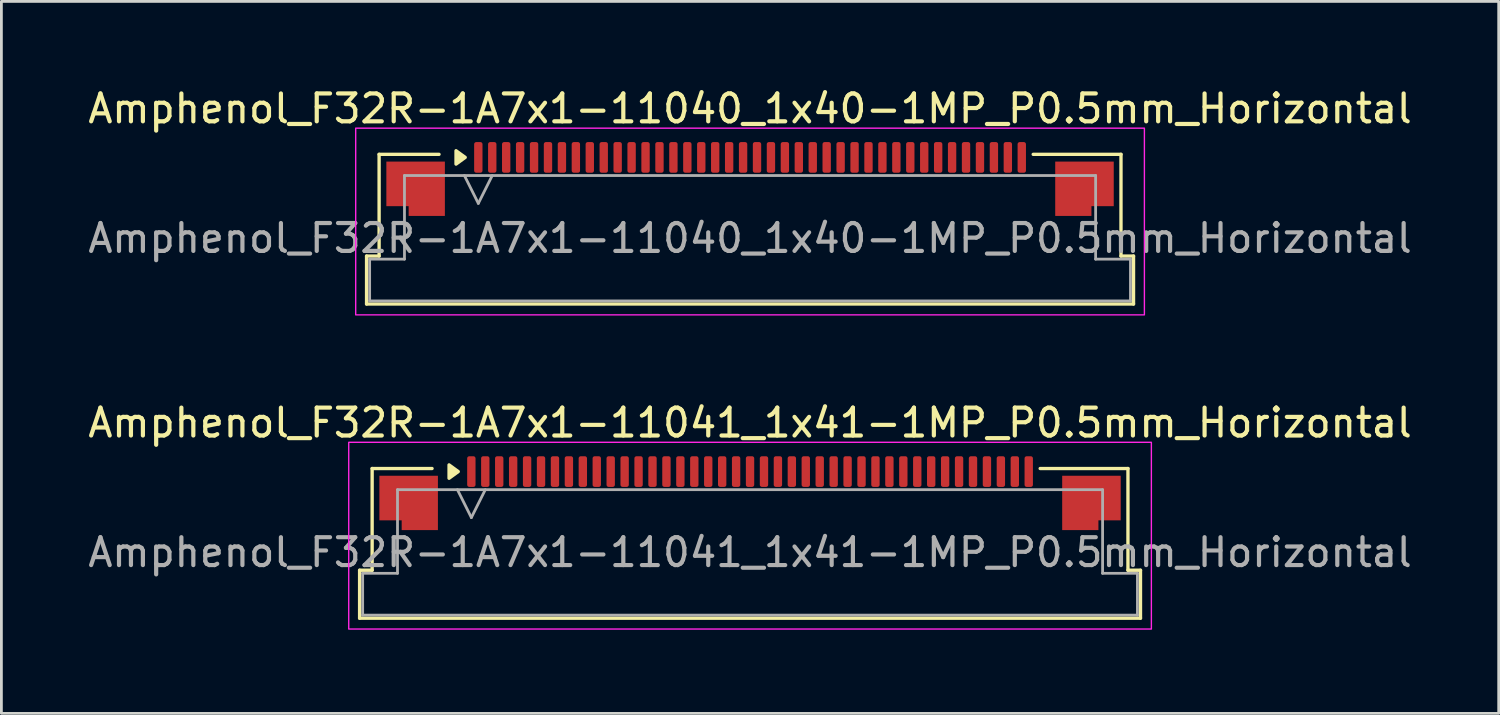
<source format=kicad_pcb>
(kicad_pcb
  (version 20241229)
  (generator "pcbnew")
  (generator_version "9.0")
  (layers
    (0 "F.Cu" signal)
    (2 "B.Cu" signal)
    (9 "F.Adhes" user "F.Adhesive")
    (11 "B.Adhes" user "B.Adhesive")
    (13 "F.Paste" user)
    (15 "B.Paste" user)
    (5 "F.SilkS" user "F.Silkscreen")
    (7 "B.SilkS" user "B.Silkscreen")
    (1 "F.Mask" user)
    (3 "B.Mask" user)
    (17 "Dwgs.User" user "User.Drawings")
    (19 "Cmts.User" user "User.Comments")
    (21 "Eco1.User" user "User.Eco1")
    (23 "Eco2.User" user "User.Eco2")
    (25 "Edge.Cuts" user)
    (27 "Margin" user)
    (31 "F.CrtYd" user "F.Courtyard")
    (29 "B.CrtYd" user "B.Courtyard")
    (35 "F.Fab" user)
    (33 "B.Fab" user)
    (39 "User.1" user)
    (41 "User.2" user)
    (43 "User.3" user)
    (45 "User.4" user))
  (footprint "Amphenol_F32R-1A7x1-11041_1x41-1MP_P0.5mm_Horizontal"
    (layer "F.Cu")
    (at 23.863 16.771)
    (property "Reference" "Amphenol_F32R-1A7x1-11041_1x41-1MP_P0.5mm_Horizontal" (at 0 -4.65 0) (layer "F.SilkS") (effects (font (size 1 1) (thickness 0.15))))
    (attr smd)
    (fp_line (start -14.01 0.64) (end -13.56 0.64) (stroke (width 0.12) (type solid)) (layer "F.SilkS"))
    (fp_line (start -14.01 2.36) (end -14.01 0.64) (stroke (width 0.12) (type solid)) (layer "F.SilkS"))
    (fp_line (start -13.56 -3.01) (end -11.41 -3.01) (stroke (width 0.12) (type solid)) (layer "F.SilkS"))
    (fp_line (start -13.56 0.64) (end -13.56 -3.01) (stroke (width 0.12) (type solid)) (layer "F.SilkS"))
    (fp_line (start 10.41 -3.01) (end 13.56 -3.01) (stroke (width 0.12) (type solid)) (layer "F.SilkS"))
    (fp_line (start 13.56 -3.01) (end 13.56 0.64) (stroke (width 0.12) (type solid)) (layer "F.SilkS"))
    (fp_line (start 13.56 0.64) (end 14.01 0.64) (stroke (width 0.12) (type solid)) (layer "F.SilkS"))
    (fp_line (start 14.01 0.64) (end 14.01 2.36) (stroke (width 0.12) (type solid)) (layer "F.SilkS"))
    (fp_line (start 14.01 2.36) (end -14.01 2.36) (stroke (width 0.12) (type solid)) (layer "F.SilkS"))
    (fp_poly (pts (xy -10.47 -2.9) (xy -10.8 -2.66) (xy -10.8 -3.14)) (stroke (width 0.12) (type solid)) (fill yes) (layer "F.SilkS"))
    (fp_rect (start -14.4 -3.95) (end 14.4 2.75) (stroke (width 0.05) (type solid)) (fill no) (layer "F.CrtYd"))
    (fp_line (start -13.9 0.75) (end -12.65 0.75) (stroke (width 0.1) (type solid)) (layer "F.Fab"))
    (fp_line (start -13.9 2.25) (end -13.9 0.75) (stroke (width 0.1) (type solid)) (layer "F.Fab"))
    (fp_line (start -12.65 -2.25) (end 12.65 -2.25) (stroke (width 0.1) (type solid)) (layer "F.Fab"))
    (fp_line (start -12.65 0.75) (end -12.65 -2.25) (stroke (width 0.1) (type solid)) (layer "F.Fab"))
    (fp_line (start -10.5 -2.25) (end -10 -1.25) (stroke (width 0.1) (type solid)) (layer "F.Fab"))
    (fp_line (start -10 -1.25) (end -9.5 -2.25) (stroke (width 0.1) (type solid)) (layer "F.Fab"))
    (fp_line (start 12.65 -2.25) (end 12.65 0.75) (stroke (width 0.1) (type solid)) (layer "F.Fab"))
    (fp_line (start 12.65 0.75) (end 13.9 0.75) (stroke (width 0.1) (type solid)) (layer "F.Fab"))
    (fp_line (start 13.9 0.75) (end 13.9 2.25) (stroke (width 0.1) (type solid)) (layer "F.Fab"))
    (fp_line (start 13.9 2.25) (end -13.9 2.25) (stroke (width 0.1) (type solid)) (layer "F.Fab"))
    (fp_text user "${REFERENCE}" (at 0 0 0) (layer "F.Fab") (effects (font (size 1 1) (thickness 0.15))))
    (pad "1" smd roundrect (at -10 -2.9) (size 0.3 1.1) (layers "F.Cu" "F.Mask" "F.Paste") (roundrect_rratio 0.25))
    (pad "2" smd roundrect (at -9.5 -2.9) (size 0.3 1.1) (layers "F.Cu" "F.Mask" "F.Paste") (roundrect_rratio 0.25))
    (pad "3" smd roundrect (at -9 -2.9) (size 0.3 1.1) (layers "F.Cu" "F.Mask" "F.Paste") (roundrect_rratio 0.25))
    (pad "4" smd roundrect (at -8.5 -2.9) (size 0.3 1.1) (layers "F.Cu" "F.Mask" "F.Paste") (roundrect_rratio 0.25))
    (pad "5" smd roundrect (at -8 -2.9) (size 0.3 1.1) (layers "F.Cu" "F.Mask" "F.Paste") (roundrect_rratio 0.25))
    (pad "6" smd roundrect (at -7.5 -2.9) (size 0.3 1.1) (layers "F.Cu" "F.Mask" "F.Paste") (roundrect_rratio 0.25))
    (pad "7" smd roundrect (at -7 -2.9) (size 0.3 1.1) (layers "F.Cu" "F.Mask" "F.Paste") (roundrect_rratio 0.25))
    (pad "8" smd roundrect (at -6.5 -2.9) (size 0.3 1.1) (layers "F.Cu" "F.Mask" "F.Paste") (roundrect_rratio 0.25))
    (pad "9" smd roundrect (at -6 -2.9) (size 0.3 1.1) (layers "F.Cu" "F.Mask" "F.Paste") (roundrect_rratio 0.25))
    (pad "10" smd roundrect (at -5.5 -2.9) (size 0.3 1.1) (layers "F.Cu" "F.Mask" "F.Paste") (roundrect_rratio 0.25))
    (pad "11" smd roundrect (at -5 -2.9) (size 0.3 1.1) (layers "F.Cu" "F.Mask" "F.Paste") (roundrect_rratio 0.25))
    (pad "12" smd roundrect (at -4.5 -2.9) (size 0.3 1.1) (layers "F.Cu" "F.Mask" "F.Paste") (roundrect_rratio 0.25))
    (pad "13" smd roundrect (at -4 -2.9) (size 0.3 1.1) (layers "F.Cu" "F.Mask" "F.Paste") (roundrect_rratio 0.25))
    (pad "14" smd roundrect (at -3.5 -2.9) (size 0.3 1.1) (layers "F.Cu" "F.Mask" "F.Paste") (roundrect_rratio 0.25))
    (pad "15" smd roundrect (at -3 -2.9) (size 0.3 1.1) (layers "F.Cu" "F.Mask" "F.Paste") (roundrect_rratio 0.25))
    (pad "16" smd roundrect (at -2.5 -2.9) (size 0.3 1.1) (layers "F.Cu" "F.Mask" "F.Paste") (roundrect_rratio 0.25))
    (pad "17" smd roundrect (at -2 -2.9) (size 0.3 1.1) (layers "F.Cu" "F.Mask" "F.Paste") (roundrect_rratio 0.25))
    (pad "18" smd roundrect (at -1.5 -2.9) (size 0.3 1.1) (layers "F.Cu" "F.Mask" "F.Paste") (roundrect_rratio 0.25))
    (pad "19" smd roundrect (at -1 -2.9) (size 0.3 1.1) (layers "F.Cu" "F.Mask" "F.Paste") (roundrect_rratio 0.25))
    (pad "20" smd roundrect (at -0.5 -2.9) (size 0.3 1.1) (layers "F.Cu" "F.Mask" "F.Paste") (roundrect_rratio 0.25))
    (pad "21" smd roundrect (at 0 -2.9) (size 0.3 1.1) (layers "F.Cu" "F.Mask" "F.Paste") (roundrect_rratio 0.25))
    (pad "22" smd roundrect (at 0.5 -2.9) (size 0.3 1.1) (layers "F.Cu" "F.Mask" "F.Paste") (roundrect_rratio 0.25))
    (pad "23" smd roundrect (at 1 -2.9) (size 0.3 1.1) (layers "F.Cu" "F.Mask" "F.Paste") (roundrect_rratio 0.25))
    (pad "24" smd roundrect (at 1.5 -2.9) (size 0.3 1.1) (layers "F.Cu" "F.Mask" "F.Paste") (roundrect_rratio 0.25))
    (pad "25" smd roundrect (at 2 -2.9) (size 0.3 1.1) (layers "F.Cu" "F.Mask" "F.Paste") (roundrect_rratio 0.25))
    (pad "26" smd roundrect (at 2.5 -2.9) (size 0.3 1.1) (layers "F.Cu" "F.Mask" "F.Paste") (roundrect_rratio 0.25))
    (pad "27" smd roundrect (at 3 -2.9) (size 0.3 1.1) (layers "F.Cu" "F.Mask" "F.Paste") (roundrect_rratio 0.25))
    (pad "28" smd roundrect (at 3.5 -2.9) (size 0.3 1.1) (layers "F.Cu" "F.Mask" "F.Paste") (roundrect_rratio 0.25))
    (pad "29" smd roundrect (at 4 -2.9) (size 0.3 1.1) (layers "F.Cu" "F.Mask" "F.Paste") (roundrect_rratio 0.25))
    (pad "30" smd roundrect (at 4.5 -2.9) (size 0.3 1.1) (layers "F.Cu" "F.Mask" "F.Paste") (roundrect_rratio 0.25))
    (pad "31" smd roundrect (at 5 -2.9) (size 0.3 1.1) (layers "F.Cu" "F.Mask" "F.Paste") (roundrect_rratio 0.25))
    (pad "32" smd roundrect (at 5.5 -2.9) (size 0.3 1.1) (layers "F.Cu" "F.Mask" "F.Paste") (roundrect_rratio 0.25))
    (pad "33" smd roundrect (at 6 -2.9) (size 0.3 1.1) (layers "F.Cu" "F.Mask" "F.Paste") (roundrect_rratio 0.25))
    (pad "34" smd roundrect (at 6.5 -2.9) (size 0.3 1.1) (layers "F.Cu" "F.Mask" "F.Paste") (roundrect_rratio 0.25))
    (pad "35" smd roundrect (at 7 -2.9) (size 0.3 1.1) (layers "F.Cu" "F.Mask" "F.Paste") (roundrect_rratio 0.25))
    (pad "36" smd roundrect (at 7.5 -2.9) (size 0.3 1.1) (layers "F.Cu" "F.Mask" "F.Paste") (roundrect_rratio 0.25))
    (pad "37" smd roundrect (at 8 -2.9) (size 0.3 1.1) (layers "F.Cu" "F.Mask" "F.Paste") (roundrect_rratio 0.25))
    (pad "38" smd roundrect (at 8.5 -2.9) (size 0.3 1.1) (layers "F.Cu" "F.Mask" "F.Paste") (roundrect_rratio 0.25))
    (pad "39" smd roundrect (at 9 -2.9) (size 0.3 1.1) (layers "F.Cu" "F.Mask" "F.Paste") (roundrect_rratio 0.25))
    (pad "40" smd roundrect (at 9.5 -2.9) (size 0.3 1.1) (layers "F.Cu" "F.Mask" "F.Paste") (roundrect_rratio 0.25))
    (pad "41" smd roundrect (at 10 -2.9) (size 0.3 1.1) (layers "F.Cu" "F.Mask" "F.Paste") (roundrect_rratio 0.25))
    (pad "MP" smd custom (at -12.25 -1.775) (size 1 1) (layers "F.Cu" "F.Mask" "F.Paste") (options (anchor circle)) (primitives (gr_poly (pts (xy 1.05 -0.975) (xy 1.05 0.975) (xy -0.25 0.975) (xy -0.25 0.625) (xy -1.05 0.625) (xy -1.05 -0.975)) (width 0) (fill yes))))
    (pad "MP" smd custom (at 12.25 -1.775) (size 1 1) (layers "F.Cu" "F.Mask" "F.Paste") (options (anchor circle)) (primitives (gr_poly (pts (xy -1.05 -0.975) (xy -1.05 0.975) (xy 0.25 0.975) (xy 0.25 0.625) (xy 1.05 0.625) (xy 1.05 -0.975)) (width 0) (fill yes)))))
  (footprint "Amphenol_F32R-1A7x1-11040_1x40-1MP_P0.5mm_Horizontal"
    (layer "F.Cu")
    (at 23.863 5.498)
    (property "Reference" "Amphenol_F32R-1A7x1-11040_1x40-1MP_P0.5mm_Horizontal" (at 0 -4.65 0) (layer "F.SilkS") (effects (font (size 1 1) (thickness 0.15))))
    (attr smd)
    (fp_line (start -13.76 0.64) (end -13.31 0.64) (stroke (width 0.12) (type solid)) (layer "F.SilkS"))
    (fp_line (start -13.76 2.36) (end -13.76 0.64) (stroke (width 0.12) (type solid)) (layer "F.SilkS"))
    (fp_line (start -13.31 -3.01) (end -11.16 -3.01) (stroke (width 0.12) (type solid)) (layer "F.SilkS"))
    (fp_line (start -13.31 0.64) (end -13.31 -3.01) (stroke (width 0.12) (type solid)) (layer "F.SilkS"))
    (fp_line (start 10.16 -3.01) (end 13.31 -3.01) (stroke (width 0.12) (type solid)) (layer "F.SilkS"))
    (fp_line (start 13.31 -3.01) (end 13.31 0.64) (stroke (width 0.12) (type solid)) (layer "F.SilkS"))
    (fp_line (start 13.31 0.64) (end 13.76 0.64) (stroke (width 0.12) (type solid)) (layer "F.SilkS"))
    (fp_line (start 13.76 0.64) (end 13.76 2.36) (stroke (width 0.12) (type solid)) (layer "F.SilkS"))
    (fp_line (start 13.76 2.36) (end -13.76 2.36) (stroke (width 0.12) (type solid)) (layer "F.SilkS"))
    (fp_poly (pts (xy -10.22 -2.9) (xy -10.55 -2.66) (xy -10.55 -3.14)) (stroke (width 0.12) (type solid)) (fill yes) (layer "F.SilkS"))
    (fp_rect (start -14.15 -3.95) (end 14.15 2.75) (stroke (width 0.05) (type solid)) (fill no) (layer "F.CrtYd"))
    (fp_line (start -13.65 0.75) (end -12.4 0.75) (stroke (width 0.1) (type solid)) (layer "F.Fab"))
    (fp_line (start -13.65 2.25) (end -13.65 0.75) (stroke (width 0.1) (type solid)) (layer "F.Fab"))
    (fp_line (start -12.4 -2.25) (end 12.4 -2.25) (stroke (width 0.1) (type solid)) (layer "F.Fab"))
    (fp_line (start -12.4 0.75) (end -12.4 -2.25) (stroke (width 0.1) (type solid)) (layer "F.Fab"))
    (fp_line (start -10.25 -2.25) (end -9.75 -1.25) (stroke (width 0.1) (type solid)) (layer "F.Fab"))
    (fp_line (start -9.75 -1.25) (end -9.25 -2.25) (stroke (width 0.1) (type solid)) (layer "F.Fab"))
    (fp_line (start 12.4 -2.25) (end 12.4 0.75) (stroke (width 0.1) (type solid)) (layer "F.Fab"))
    (fp_line (start 12.4 0.75) (end 13.65 0.75) (stroke (width 0.1) (type solid)) (layer "F.Fab"))
    (fp_line (start 13.65 0.75) (end 13.65 2.25) (stroke (width 0.1) (type solid)) (layer "F.Fab"))
    (fp_line (start 13.65 2.25) (end -13.65 2.25) (stroke (width 0.1) (type solid)) (layer "F.Fab"))
    (fp_text user "${REFERENCE}" (at 0 0 0) (layer "F.Fab") (effects (font (size 1 1) (thickness 0.15))))
    (pad "1" smd roundrect (at -9.75 -2.9) (size 0.3 1.1) (layers "F.Cu" "F.Mask" "F.Paste") (roundrect_rratio 0.25))
    (pad "2" smd roundrect (at -9.25 -2.9) (size 0.3 1.1) (layers "F.Cu" "F.Mask" "F.Paste") (roundrect_rratio 0.25))
    (pad "3" smd roundrect (at -8.75 -2.9) (size 0.3 1.1) (layers "F.Cu" "F.Mask" "F.Paste") (roundrect_rratio 0.25))
    (pad "4" smd roundrect (at -8.25 -2.9) (size 0.3 1.1) (layers "F.Cu" "F.Mask" "F.Paste") (roundrect_rratio 0.25))
    (pad "5" smd roundrect (at -7.75 -2.9) (size 0.3 1.1) (layers "F.Cu" "F.Mask" "F.Paste") (roundrect_rratio 0.25))
    (pad "6" smd roundrect (at -7.25 -2.9) (size 0.3 1.1) (layers "F.Cu" "F.Mask" "F.Paste") (roundrect_rratio 0.25))
    (pad "7" smd roundrect (at -6.75 -2.9) (size 0.3 1.1) (layers "F.Cu" "F.Mask" "F.Paste") (roundrect_rratio 0.25))
    (pad "8" smd roundrect (at -6.25 -2.9) (size 0.3 1.1) (layers "F.Cu" "F.Mask" "F.Paste") (roundrect_rratio 0.25))
    (pad "9" smd roundrect (at -5.75 -2.9) (size 0.3 1.1) (layers "F.Cu" "F.Mask" "F.Paste") (roundrect_rratio 0.25))
    (pad "10" smd roundrect (at -5.25 -2.9) (size 0.3 1.1) (layers "F.Cu" "F.Mask" "F.Paste") (roundrect_rratio 0.25))
    (pad "11" smd roundrect (at -4.75 -2.9) (size 0.3 1.1) (layers "F.Cu" "F.Mask" "F.Paste") (roundrect_rratio 0.25))
    (pad "12" smd roundrect (at -4.25 -2.9) (size 0.3 1.1) (layers "F.Cu" "F.Mask" "F.Paste") (roundrect_rratio 0.25))
    (pad "13" smd roundrect (at -3.75 -2.9) (size 0.3 1.1) (layers "F.Cu" "F.Mask" "F.Paste") (roundrect_rratio 0.25))
    (pad "14" smd roundrect (at -3.25 -2.9) (size 0.3 1.1) (layers "F.Cu" "F.Mask" "F.Paste") (roundrect_rratio 0.25))
    (pad "15" smd roundrect (at -2.75 -2.9) (size 0.3 1.1) (layers "F.Cu" "F.Mask" "F.Paste") (roundrect_rratio 0.25))
    (pad "16" smd roundrect (at -2.25 -2.9) (size 0.3 1.1) (layers "F.Cu" "F.Mask" "F.Paste") (roundrect_rratio 0.25))
    (pad "17" smd roundrect (at -1.75 -2.9) (size 0.3 1.1) (layers "F.Cu" "F.Mask" "F.Paste") (roundrect_rratio 0.25))
    (pad "18" smd roundrect (at -1.25 -2.9) (size 0.3 1.1) (layers "F.Cu" "F.Mask" "F.Paste") (roundrect_rratio 0.25))
    (pad "19" smd roundrect (at -0.75 -2.9) (size 0.3 1.1) (layers "F.Cu" "F.Mask" "F.Paste") (roundrect_rratio 0.25))
    (pad "20" smd roundrect (at -0.25 -2.9) (size 0.3 1.1) (layers "F.Cu" "F.Mask" "F.Paste") (roundrect_rratio 0.25))
    (pad "21" smd roundrect (at 0.25 -2.9) (size 0.3 1.1) (layers "F.Cu" "F.Mask" "F.Paste") (roundrect_rratio 0.25))
    (pad "22" smd roundrect (at 0.75 -2.9) (size 0.3 1.1) (layers "F.Cu" "F.Mask" "F.Paste") (roundrect_rratio 0.25))
    (pad "23" smd roundrect (at 1.25 -2.9) (size 0.3 1.1) (layers "F.Cu" "F.Mask" "F.Paste") (roundrect_rratio 0.25))
    (pad "24" smd roundrect (at 1.75 -2.9) (size 0.3 1.1) (layers "F.Cu" "F.Mask" "F.Paste") (roundrect_rratio 0.25))
    (pad "25" smd roundrect (at 2.25 -2.9) (size 0.3 1.1) (layers "F.Cu" "F.Mask" "F.Paste") (roundrect_rratio 0.25))
    (pad "26" smd roundrect (at 2.75 -2.9) (size 0.3 1.1) (layers "F.Cu" "F.Mask" "F.Paste") (roundrect_rratio 0.25))
    (pad "27" smd roundrect (at 3.25 -2.9) (size 0.3 1.1) (layers "F.Cu" "F.Mask" "F.Paste") (roundrect_rratio 0.25))
    (pad "28" smd roundrect (at 3.75 -2.9) (size 0.3 1.1) (layers "F.Cu" "F.Mask" "F.Paste") (roundrect_rratio 0.25))
    (pad "29" smd roundrect (at 4.25 -2.9) (size 0.3 1.1) (layers "F.Cu" "F.Mask" "F.Paste") (roundrect_rratio 0.25))
    (pad "30" smd roundrect (at 4.75 -2.9) (size 0.3 1.1) (layers "F.Cu" "F.Mask" "F.Paste") (roundrect_rratio 0.25))
    (pad "31" smd roundrect (at 5.25 -2.9) (size 0.3 1.1) (layers "F.Cu" "F.Mask" "F.Paste") (roundrect_rratio 0.25))
    (pad "32" smd roundrect (at 5.75 -2.9) (size 0.3 1.1) (layers "F.Cu" "F.Mask" "F.Paste") (roundrect_rratio 0.25))
    (pad "33" smd roundrect (at 6.25 -2.9) (size 0.3 1.1) (layers "F.Cu" "F.Mask" "F.Paste") (roundrect_rratio 0.25))
    (pad "34" smd roundrect (at 6.75 -2.9) (size 0.3 1.1) (layers "F.Cu" "F.Mask" "F.Paste") (roundrect_rratio 0.25))
    (pad "35" smd roundrect (at 7.25 -2.9) (size 0.3 1.1) (layers "F.Cu" "F.Mask" "F.Paste") (roundrect_rratio 0.25))
    (pad "36" smd roundrect (at 7.75 -2.9) (size 0.3 1.1) (layers "F.Cu" "F.Mask" "F.Paste") (roundrect_rratio 0.25))
    (pad "37" smd roundrect (at 8.25 -2.9) (size 0.3 1.1) (layers "F.Cu" "F.Mask" "F.Paste") (roundrect_rratio 0.25))
    (pad "38" smd roundrect (at 8.75 -2.9) (size 0.3 1.1) (layers "F.Cu" "F.Mask" "F.Paste") (roundrect_rratio 0.25))
    (pad "39" smd roundrect (at 9.25 -2.9) (size 0.3 1.1) (layers "F.Cu" "F.Mask" "F.Paste") (roundrect_rratio 0.25))
    (pad "40" smd roundrect (at 9.75 -2.9) (size 0.3 1.1) (layers "F.Cu" "F.Mask" "F.Paste") (roundrect_rratio 0.25))
    (pad "MP" smd custom (at -12 -1.775) (size 1 1) (layers "F.Cu" "F.Mask" "F.Paste") (options (anchor circle)) (primitives (gr_poly (pts (xy 1.05 -0.975) (xy 1.05 0.975) (xy -0.25 0.975) (xy -0.25 0.625) (xy -1.05 0.625) (xy -1.05 -0.975)) (width 0) (fill yes))))
    (pad "MP" smd custom (at 12 -1.775) (size 1 1) (layers "F.Cu" "F.Mask" "F.Paste") (options (anchor circle)) (primitives (gr_poly (pts (xy -1.05 -0.975) (xy -1.05 0.975) (xy 0.25 0.975) (xy 0.25 0.625) (xy 1.05 0.625) (xy 1.05 -0.975)) (width 0) (fill yes)))))
  (gr_rect
    (start -3 -3)
    (end 50.726 22.547)
    (stroke (width 0.1) (type default))
    (fill no)
    (layer "Edge.Cuts")))
</source>
